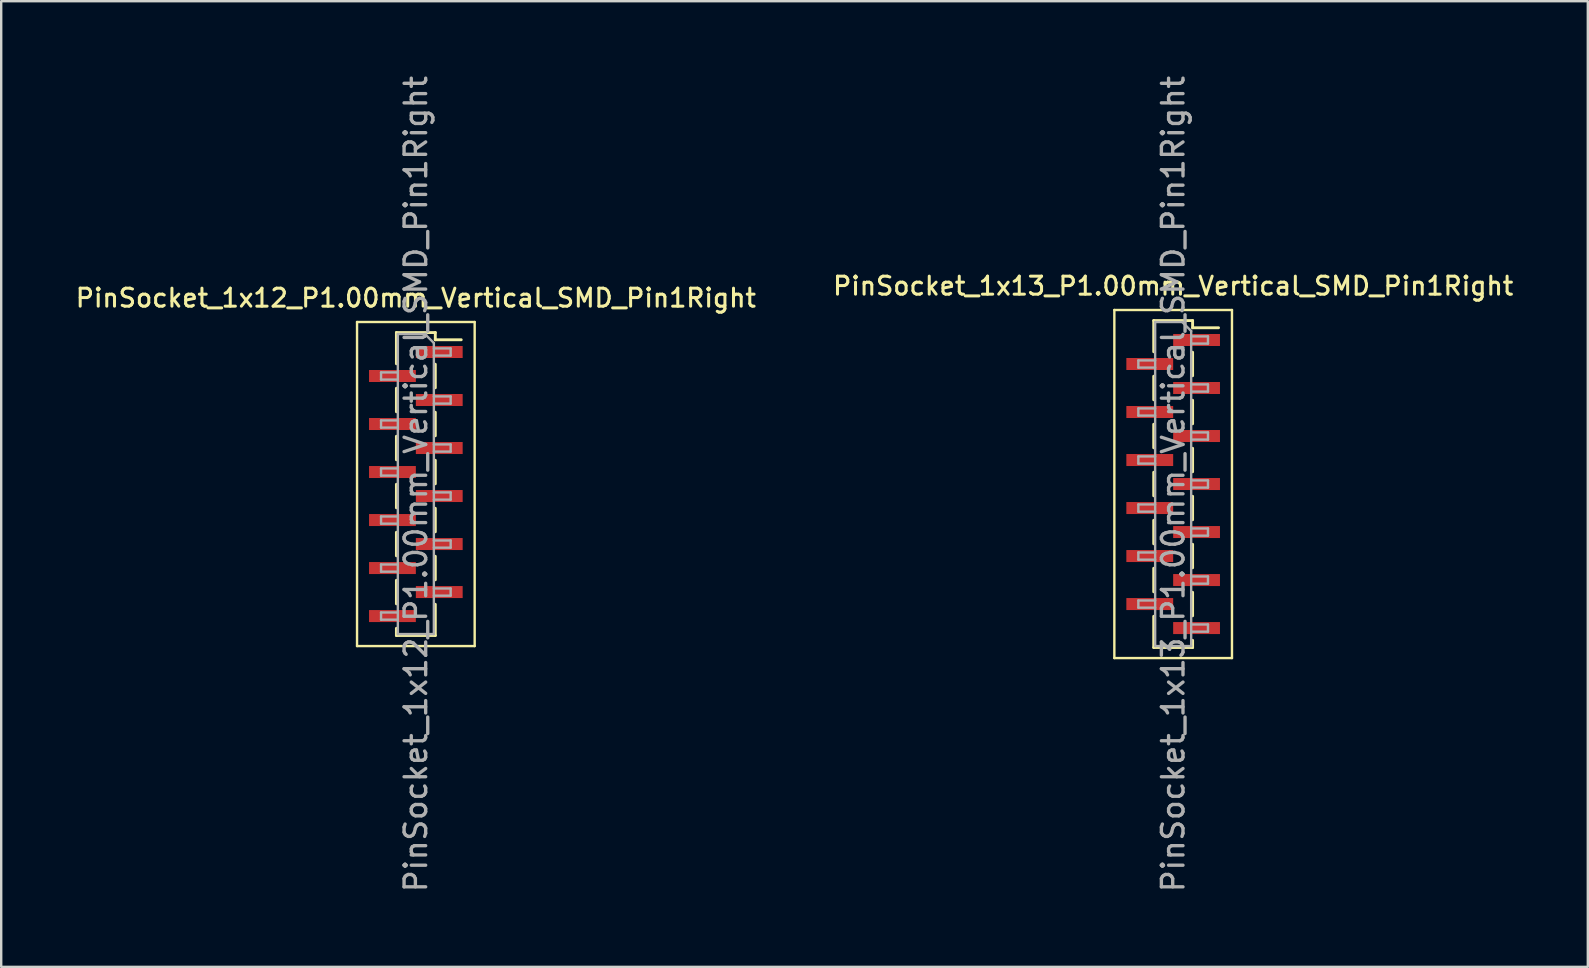
<source format=kicad_pcb>
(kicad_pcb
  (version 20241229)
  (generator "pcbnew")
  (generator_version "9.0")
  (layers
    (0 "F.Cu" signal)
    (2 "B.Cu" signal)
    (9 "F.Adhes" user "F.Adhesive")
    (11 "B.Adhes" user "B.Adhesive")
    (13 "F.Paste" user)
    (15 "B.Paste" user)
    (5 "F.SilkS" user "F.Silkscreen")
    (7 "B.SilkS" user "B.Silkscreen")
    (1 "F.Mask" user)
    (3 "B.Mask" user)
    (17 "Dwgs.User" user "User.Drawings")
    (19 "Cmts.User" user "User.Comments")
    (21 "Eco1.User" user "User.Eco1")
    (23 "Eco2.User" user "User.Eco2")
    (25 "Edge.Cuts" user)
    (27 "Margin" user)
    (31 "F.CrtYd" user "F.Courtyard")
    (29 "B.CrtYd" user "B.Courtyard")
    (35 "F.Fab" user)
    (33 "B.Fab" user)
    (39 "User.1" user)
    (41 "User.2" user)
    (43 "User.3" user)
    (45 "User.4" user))
  (footprint "PinSocket_1x13_P1.00mm_Vertical_SMD_Pin1Right"
    (layer "F.Cu")
    (at 45.82 17.113)
    (property "Reference" "PinSocket_1x13_P1.00mm_Vertical_SMD_Pin1Right" (at 0 -8.25 0) (layer "F.SilkS") (effects (font (size 0.75 0.75) (thickness 0.125))))
    (attr smd)
    (fp_line (start -2.45 -7.25) (end 2.45 -7.25) (stroke (width 0.1) (type solid)) (layer "F.SilkS"))
    (fp_line (start -2.45 7.25) (end -2.45 -7.25) (stroke (width 0.1) (type solid)) (layer "F.SilkS"))
    (fp_line (start -0.81 -6.81) (end -0.81 -5.51) (stroke (width 0.12) (type solid)) (layer "F.SilkS"))
    (fp_line (start -0.81 -6.81) (end 0.81 -6.81) (stroke (width 0.12) (type solid)) (layer "F.SilkS"))
    (fp_line (start -0.81 -4.49) (end -0.81 -3.51) (stroke (width 0.12) (type solid)) (layer "F.SilkS"))
    (fp_line (start -0.81 -2.49) (end -0.81 -1.51) (stroke (width 0.12) (type solid)) (layer "F.SilkS"))
    (fp_line (start -0.81 -0.49) (end -0.81 0.49) (stroke (width 0.12) (type solid)) (layer "F.SilkS"))
    (fp_line (start -0.81 1.51) (end -0.81 2.49) (stroke (width 0.12) (type solid)) (layer "F.SilkS"))
    (fp_line (start -0.81 3.51) (end -0.81 4.49) (stroke (width 0.12) (type solid)) (layer "F.SilkS"))
    (fp_line (start -0.81 5.51) (end -0.81 6.81) (stroke (width 0.12) (type solid)) (layer "F.SilkS"))
    (fp_line (start -0.81 6.81) (end 0.81 6.81) (stroke (width 0.12) (type solid)) (layer "F.SilkS"))
    (fp_line (start 0.81 -6.81) (end 0.81 -6.51) (stroke (width 0.12) (type solid)) (layer "F.SilkS"))
    (fp_line (start 0.81 -6.51) (end 1.89 -6.51) (stroke (width 0.12) (type solid)) (layer "F.SilkS"))
    (fp_line (start 0.81 -5.49) (end 0.81 -4.51) (stroke (width 0.12) (type solid)) (layer "F.SilkS"))
    (fp_line (start 0.81 -3.49) (end 0.81 -2.51) (stroke (width 0.12) (type solid)) (layer "F.SilkS"))
    (fp_line (start 0.81 -1.49) (end 0.81 -0.51) (stroke (width 0.12) (type solid)) (layer "F.SilkS"))
    (fp_line (start 0.81 0.51) (end 0.81 1.49) (stroke (width 0.12) (type solid)) (layer "F.SilkS"))
    (fp_line (start 0.81 2.51) (end 0.81 3.49) (stroke (width 0.12) (type solid)) (layer "F.SilkS"))
    (fp_line (start 0.81 4.51) (end 0.81 5.49) (stroke (width 0.12) (type solid)) (layer "F.SilkS"))
    (fp_line (start 0.81 6.51) (end 0.81 6.81) (stroke (width 0.12) (type solid)) (layer "F.SilkS"))
    (fp_line (start 2.45 -7.25) (end 2.45 7.25) (stroke (width 0.1) (type solid)) (layer "F.SilkS"))
    (fp_line (start 2.45 7.25) (end -2.45 7.25) (stroke (width 0.1) (type solid)) (layer "F.SilkS"))
    (fp_line (start -1.45 -5.15) (end -0.75 -5.15) (stroke (width 0.1) (type solid)) (layer "F.Fab"))
    (fp_line (start -1.45 -4.85) (end -1.45 -5.15) (stroke (width 0.1) (type solid)) (layer "F.Fab"))
    (fp_line (start -1.45 -3.15) (end -0.75 -3.15) (stroke (width 0.1) (type solid)) (layer "F.Fab"))
    (fp_line (start -1.45 -2.85) (end -1.45 -3.15) (stroke (width 0.1) (type solid)) (layer "F.Fab"))
    (fp_line (start -1.45 -1.15) (end -0.75 -1.15) (stroke (width 0.1) (type solid)) (layer "F.Fab"))
    (fp_line (start -1.45 -0.85) (end -1.45 -1.15) (stroke (width 0.1) (type solid)) (layer "F.Fab"))
    (fp_line (start -1.45 0.85) (end -0.75 0.85) (stroke (width 0.1) (type solid)) (layer "F.Fab"))
    (fp_line (start -1.45 1.15) (end -1.45 0.85) (stroke (width 0.1) (type solid)) (layer "F.Fab"))
    (fp_line (start -1.45 2.85) (end -0.75 2.85) (stroke (width 0.1) (type solid)) (layer "F.Fab"))
    (fp_line (start -1.45 3.15) (end -1.45 2.85) (stroke (width 0.1) (type solid)) (layer "F.Fab"))
    (fp_line (start -1.45 4.85) (end -0.75 4.85) (stroke (width 0.1) (type solid)) (layer "F.Fab"))
    (fp_line (start -1.45 5.15) (end -1.45 4.85) (stroke (width 0.1) (type solid)) (layer "F.Fab"))
    (fp_line (start -0.75 -6.75) (end 0.375 -6.75) (stroke (width 0.1) (type solid)) (layer "F.Fab"))
    (fp_line (start -0.75 -4.85) (end -1.45 -4.85) (stroke (width 0.1) (type solid)) (layer "F.Fab"))
    (fp_line (start -0.75 -2.85) (end -1.45 -2.85) (stroke (width 0.1) (type solid)) (layer "F.Fab"))
    (fp_line (start -0.75 -0.85) (end -1.45 -0.85) (stroke (width 0.1) (type solid)) (layer "F.Fab"))
    (fp_line (start -0.75 1.15) (end -1.45 1.15) (stroke (width 0.1) (type solid)) (layer "F.Fab"))
    (fp_line (start -0.75 3.15) (end -1.45 3.15) (stroke (width 0.1) (type solid)) (layer "F.Fab"))
    (fp_line (start -0.75 5.15) (end -1.45 5.15) (stroke (width 0.1) (type solid)) (layer "F.Fab"))
    (fp_line (start -0.75 6.75) (end -0.75 -6.75) (stroke (width 0.1) (type solid)) (layer "F.Fab"))
    (fp_line (start 0.375 -6.75) (end 0.75 -6.375) (stroke (width 0.1) (type solid)) (layer "F.Fab"))
    (fp_line (start 0.75 -6.375) (end 0.75 6.75) (stroke (width 0.1) (type solid)) (layer "F.Fab"))
    (fp_line (start 0.75 -6.15) (end 1.45 -6.15) (stroke (width 0.1) (type solid)) (layer "F.Fab"))
    (fp_line (start 0.75 -4.15) (end 1.45 -4.15) (stroke (width 0.1) (type solid)) (layer "F.Fab"))
    (fp_line (start 0.75 -2.15) (end 1.45 -2.15) (stroke (width 0.1) (type solid)) (layer "F.Fab"))
    (fp_line (start 0.75 -0.15) (end 1.45 -0.15) (stroke (width 0.1) (type solid)) (layer "F.Fab"))
    (fp_line (start 0.75 1.85) (end 1.45 1.85) (stroke (width 0.1) (type solid)) (layer "F.Fab"))
    (fp_line (start 0.75 3.85) (end 1.45 3.85) (stroke (width 0.1) (type solid)) (layer "F.Fab"))
    (fp_line (start 0.75 5.85) (end 1.45 5.85) (stroke (width 0.1) (type solid)) (layer "F.Fab"))
    (fp_line (start 0.75 6.75) (end -0.75 6.75) (stroke (width 0.1) (type solid)) (layer "F.Fab"))
    (fp_line (start 1.45 -6.15) (end 1.45 -5.85) (stroke (width 0.1) (type solid)) (layer "F.Fab"))
    (fp_line (start 1.45 -5.85) (end 0.75 -5.85) (stroke (width 0.1) (type solid)) (layer "F.Fab"))
    (fp_line (start 1.45 -4.15) (end 1.45 -3.85) (stroke (width 0.1) (type solid)) (layer "F.Fab"))
    (fp_line (start 1.45 -3.85) (end 0.75 -3.85) (stroke (width 0.1) (type solid)) (layer "F.Fab"))
    (fp_line (start 1.45 -2.15) (end 1.45 -1.85) (stroke (width 0.1) (type solid)) (layer "F.Fab"))
    (fp_line (start 1.45 -1.85) (end 0.75 -1.85) (stroke (width 0.1) (type solid)) (layer "F.Fab"))
    (fp_line (start 1.45 -0.15) (end 1.45 0.15) (stroke (width 0.1) (type solid)) (layer "F.Fab"))
    (fp_line (start 1.45 0.15) (end 0.75 0.15) (stroke (width 0.1) (type solid)) (layer "F.Fab"))
    (fp_line (start 1.45 1.85) (end 1.45 2.15) (stroke (width 0.1) (type solid)) (layer "F.Fab"))
    (fp_line (start 1.45 2.15) (end 0.75 2.15) (stroke (width 0.1) (type solid)) (layer "F.Fab"))
    (fp_line (start 1.45 3.85) (end 1.45 4.15) (stroke (width 0.1) (type solid)) (layer "F.Fab"))
    (fp_line (start 1.45 4.15) (end 0.75 4.15) (stroke (width 0.1) (type solid)) (layer "F.Fab"))
    (fp_line (start 1.45 5.85) (end 1.45 6.15) (stroke (width 0.1) (type solid)) (layer "F.Fab"))
    (fp_line (start 1.45 6.15) (end 0.75 6.15) (stroke (width 0.1) (type solid)) (layer "F.Fab"))
    (fp_text user "${REFERENCE}" (at 0 0 90) (layer "F.Fab") (effects (font (size 0.9 0.9) (thickness 0.14))))
    (pad "1" smd rect (at 0.975 -6) (size 1.95 0.5) (layers "F.Cu" "F.Mask" "F.Paste"))
    (pad "2" smd rect (at -0.975 -5) (size 1.95 0.5) (layers "F.Cu" "F.Mask" "F.Paste"))
    (pad "3" smd rect (at 0.975 -4) (size 1.95 0.5) (layers "F.Cu" "F.Mask" "F.Paste"))
    (pad "4" smd rect (at -0.975 -3) (size 1.95 0.5) (layers "F.Cu" "F.Mask" "F.Paste"))
    (pad "5" smd rect (at 0.975 -2) (size 1.95 0.5) (layers "F.Cu" "F.Mask" "F.Paste"))
    (pad "6" smd rect (at -0.975 -1) (size 1.95 0.5) (layers "F.Cu" "F.Mask" "F.Paste"))
    (pad "7" smd rect (at 0.975 0) (size 1.95 0.5) (layers "F.Cu" "F.Mask" "F.Paste"))
    (pad "8" smd rect (at -0.975 1) (size 1.95 0.5) (layers "F.Cu" "F.Mask" "F.Paste"))
    (pad "9" smd rect (at 0.975 2) (size 1.95 0.5) (layers "F.Cu" "F.Mask" "F.Paste"))
    (pad "10" smd rect (at -0.975 3) (size 1.95 0.5) (layers "F.Cu" "F.Mask" "F.Paste"))
    (pad "11" smd rect (at 0.975 4) (size 1.95 0.5) (layers "F.Cu" "F.Mask" "F.Paste"))
    (pad "12" smd rect (at -0.975 5) (size 1.95 0.5) (layers "F.Cu" "F.Mask" "F.Paste"))
    (pad "13" smd rect (at 0.975 6) (size 1.95 0.5) (layers "F.Cu" "F.Mask" "F.Paste")))
  (footprint "PinSocket_1x12_P1.00mm_Vertical_SMD_Pin1Right"
    (layer "F.Cu")
    (at 14.273 17.113)
    (property "Reference" "PinSocket_1x12_P1.00mm_Vertical_SMD_Pin1Right" (at 0 -7.75 0) (layer "F.SilkS") (effects (font (size 0.75 0.75) (thickness 0.125))))
    (attr smd)
    (fp_line (start -2.45 -6.75) (end 2.45 -6.75) (stroke (width 0.1) (type solid)) (layer "F.SilkS"))
    (fp_line (start -2.45 6.75) (end -2.45 -6.75) (stroke (width 0.1) (type solid)) (layer "F.SilkS"))
    (fp_line (start -0.81 -6.31) (end -0.81 -5.01) (stroke (width 0.12) (type solid)) (layer "F.SilkS"))
    (fp_line (start -0.81 -6.31) (end 0.81 -6.31) (stroke (width 0.12) (type solid)) (layer "F.SilkS"))
    (fp_line (start -0.81 -3.99) (end -0.81 -3.01) (stroke (width 0.12) (type solid)) (layer "F.SilkS"))
    (fp_line (start -0.81 -1.99) (end -0.81 -1.01) (stroke (width 0.12) (type solid)) (layer "F.SilkS"))
    (fp_line (start -0.81 0.01) (end -0.81 0.99) (stroke (width 0.12) (type solid)) (layer "F.SilkS"))
    (fp_line (start -0.81 2.01) (end -0.81 2.99) (stroke (width 0.12) (type solid)) (layer "F.SilkS"))
    (fp_line (start -0.81 4.01) (end -0.81 4.99) (stroke (width 0.12) (type solid)) (layer "F.SilkS"))
    (fp_line (start -0.81 6.01) (end -0.81 6.31) (stroke (width 0.12) (type solid)) (layer "F.SilkS"))
    (fp_line (start -0.81 6.31) (end 0.81 6.31) (stroke (width 0.12) (type solid)) (layer "F.SilkS"))
    (fp_line (start 0.81 -6.31) (end 0.81 -6.01) (stroke (width 0.12) (type solid)) (layer "F.SilkS"))
    (fp_line (start 0.81 -6.01) (end 1.89 -6.01) (stroke (width 0.12) (type solid)) (layer "F.SilkS"))
    (fp_line (start 0.81 -4.99) (end 0.81 -4.01) (stroke (width 0.12) (type solid)) (layer "F.SilkS"))
    (fp_line (start 0.81 -2.99) (end 0.81 -2.01) (stroke (width 0.12) (type solid)) (layer "F.SilkS"))
    (fp_line (start 0.81 -0.99) (end 0.81 -0.01) (stroke (width 0.12) (type solid)) (layer "F.SilkS"))
    (fp_line (start 0.81 1.01) (end 0.81 1.99) (stroke (width 0.12) (type solid)) (layer "F.SilkS"))
    (fp_line (start 0.81 3.01) (end 0.81 3.99) (stroke (width 0.12) (type solid)) (layer "F.SilkS"))
    (fp_line (start 0.81 5.01) (end 0.81 6.31) (stroke (width 0.12) (type solid)) (layer "F.SilkS"))
    (fp_line (start 2.45 -6.75) (end 2.45 6.75) (stroke (width 0.1) (type solid)) (layer "F.SilkS"))
    (fp_line (start 2.45 6.75) (end -2.45 6.75) (stroke (width 0.1) (type solid)) (layer "F.SilkS"))
    (fp_line (start -1.45 -4.65) (end -0.75 -4.65) (stroke (width 0.1) (type solid)) (layer "F.Fab"))
    (fp_line (start -1.45 -4.35) (end -1.45 -4.65) (stroke (width 0.1) (type solid)) (layer "F.Fab"))
    (fp_line (start -1.45 -2.65) (end -0.75 -2.65) (stroke (width 0.1) (type solid)) (layer "F.Fab"))
    (fp_line (start -1.45 -2.35) (end -1.45 -2.65) (stroke (width 0.1) (type solid)) (layer "F.Fab"))
    (fp_line (start -1.45 -0.65) (end -0.75 -0.65) (stroke (width 0.1) (type solid)) (layer "F.Fab"))
    (fp_line (start -1.45 -0.35) (end -1.45 -0.65) (stroke (width 0.1) (type solid)) (layer "F.Fab"))
    (fp_line (start -1.45 1.35) (end -0.75 1.35) (stroke (width 0.1) (type solid)) (layer "F.Fab"))
    (fp_line (start -1.45 1.65) (end -1.45 1.35) (stroke (width 0.1) (type solid)) (layer "F.Fab"))
    (fp_line (start -1.45 3.35) (end -0.75 3.35) (stroke (width 0.1) (type solid)) (layer "F.Fab"))
    (fp_line (start -1.45 3.65) (end -1.45 3.35) (stroke (width 0.1) (type solid)) (layer "F.Fab"))
    (fp_line (start -1.45 5.35) (end -0.75 5.35) (stroke (width 0.1) (type solid)) (layer "F.Fab"))
    (fp_line (start -1.45 5.65) (end -1.45 5.35) (stroke (width 0.1) (type solid)) (layer "F.Fab"))
    (fp_line (start -0.75 -6.25) (end 0.375 -6.25) (stroke (width 0.1) (type solid)) (layer "F.Fab"))
    (fp_line (start -0.75 -4.35) (end -1.45 -4.35) (stroke (width 0.1) (type solid)) (layer "F.Fab"))
    (fp_line (start -0.75 -2.35) (end -1.45 -2.35) (stroke (width 0.1) (type solid)) (layer "F.Fab"))
    (fp_line (start -0.75 -0.35) (end -1.45 -0.35) (stroke (width 0.1) (type solid)) (layer "F.Fab"))
    (fp_line (start -0.75 1.65) (end -1.45 1.65) (stroke (width 0.1) (type solid)) (layer "F.Fab"))
    (fp_line (start -0.75 3.65) (end -1.45 3.65) (stroke (width 0.1) (type solid)) (layer "F.Fab"))
    (fp_line (start -0.75 5.65) (end -1.45 5.65) (stroke (width 0.1) (type solid)) (layer "F.Fab"))
    (fp_line (start -0.75 6.25) (end -0.75 -6.25) (stroke (width 0.1) (type solid)) (layer "F.Fab"))
    (fp_line (start 0.375 -6.25) (end 0.75 -5.875) (stroke (width 0.1) (type solid)) (layer "F.Fab"))
    (fp_line (start 0.75 -5.875) (end 0.75 6.25) (stroke (width 0.1) (type solid)) (layer "F.Fab"))
    (fp_line (start 0.75 -5.65) (end 1.45 -5.65) (stroke (width 0.1) (type solid)) (layer "F.Fab"))
    (fp_line (start 0.75 -3.65) (end 1.45 -3.65) (stroke (width 0.1) (type solid)) (layer "F.Fab"))
    (fp_line (start 0.75 -1.65) (end 1.45 -1.65) (stroke (width 0.1) (type solid)) (layer "F.Fab"))
    (fp_line (start 0.75 0.35) (end 1.45 0.35) (stroke (width 0.1) (type solid)) (layer "F.Fab"))
    (fp_line (start 0.75 2.35) (end 1.45 2.35) (stroke (width 0.1) (type solid)) (layer "F.Fab"))
    (fp_line (start 0.75 4.35) (end 1.45 4.35) (stroke (width 0.1) (type solid)) (layer "F.Fab"))
    (fp_line (start 0.75 6.25) (end -0.75 6.25) (stroke (width 0.1) (type solid)) (layer "F.Fab"))
    (fp_line (start 1.45 -5.65) (end 1.45 -5.35) (stroke (width 0.1) (type solid)) (layer "F.Fab"))
    (fp_line (start 1.45 -5.35) (end 0.75 -5.35) (stroke (width 0.1) (type solid)) (layer "F.Fab"))
    (fp_line (start 1.45 -3.65) (end 1.45 -3.35) (stroke (width 0.1) (type solid)) (layer "F.Fab"))
    (fp_line (start 1.45 -3.35) (end 0.75 -3.35) (stroke (width 0.1) (type solid)) (layer "F.Fab"))
    (fp_line (start 1.45 -1.65) (end 1.45 -1.35) (stroke (width 0.1) (type solid)) (layer "F.Fab"))
    (fp_line (start 1.45 -1.35) (end 0.75 -1.35) (stroke (width 0.1) (type solid)) (layer "F.Fab"))
    (fp_line (start 1.45 0.35) (end 1.45 0.65) (stroke (width 0.1) (type solid)) (layer "F.Fab"))
    (fp_line (start 1.45 0.65) (end 0.75 0.65) (stroke (width 0.1) (type solid)) (layer "F.Fab"))
    (fp_line (start 1.45 2.35) (end 1.45 2.65) (stroke (width 0.1) (type solid)) (layer "F.Fab"))
    (fp_line (start 1.45 2.65) (end 0.75 2.65) (stroke (width 0.1) (type solid)) (layer "F.Fab"))
    (fp_line (start 1.45 4.35) (end 1.45 4.65) (stroke (width 0.1) (type solid)) (layer "F.Fab"))
    (fp_line (start 1.45 4.65) (end 0.75 4.65) (stroke (width 0.1) (type solid)) (layer "F.Fab"))
    (fp_text user "${REFERENCE}" (at 0 0 90) (layer "F.Fab") (effects (font (size 0.9 0.9) (thickness 0.14))))
    (pad "1" smd rect (at 0.975 -5.5) (size 1.95 0.5) (layers "F.Cu" "F.Mask" "F.Paste"))
    (pad "2" smd rect (at -0.975 -4.5) (size 1.95 0.5) (layers "F.Cu" "F.Mask" "F.Paste"))
    (pad "3" smd rect (at 0.975 -3.5) (size 1.95 0.5) (layers "F.Cu" "F.Mask" "F.Paste"))
    (pad "4" smd rect (at -0.975 -2.5) (size 1.95 0.5) (layers "F.Cu" "F.Mask" "F.Paste"))
    (pad "5" smd rect (at 0.975 -1.5) (size 1.95 0.5) (layers "F.Cu" "F.Mask" "F.Paste"))
    (pad "6" smd rect (at -0.975 -0.5) (size 1.95 0.5) (layers "F.Cu" "F.Mask" "F.Paste"))
    (pad "7" smd rect (at 0.975 0.5) (size 1.95 0.5) (layers "F.Cu" "F.Mask" "F.Paste"))
    (pad "8" smd rect (at -0.975 1.5) (size 1.95 0.5) (layers "F.Cu" "F.Mask" "F.Paste"))
    (pad "9" smd rect (at 0.975 2.5) (size 1.95 0.5) (layers "F.Cu" "F.Mask" "F.Paste"))
    (pad "10" smd rect (at -0.975 3.5) (size 1.95 0.5) (layers "F.Cu" "F.Mask" "F.Paste"))
    (pad "11" smd rect (at 0.975 4.5) (size 1.95 0.5) (layers "F.Cu" "F.Mask" "F.Paste"))
    (pad "12" smd rect (at -0.975 5.5) (size 1.95 0.5) (layers "F.Cu" "F.Mask" "F.Paste")))
  (gr_rect
    (start -3 -3)
    (end 63.093 37.226)
    (stroke (width 0.1) (type default))
    (fill no)
    (layer "Edge.Cuts")))
</source>
